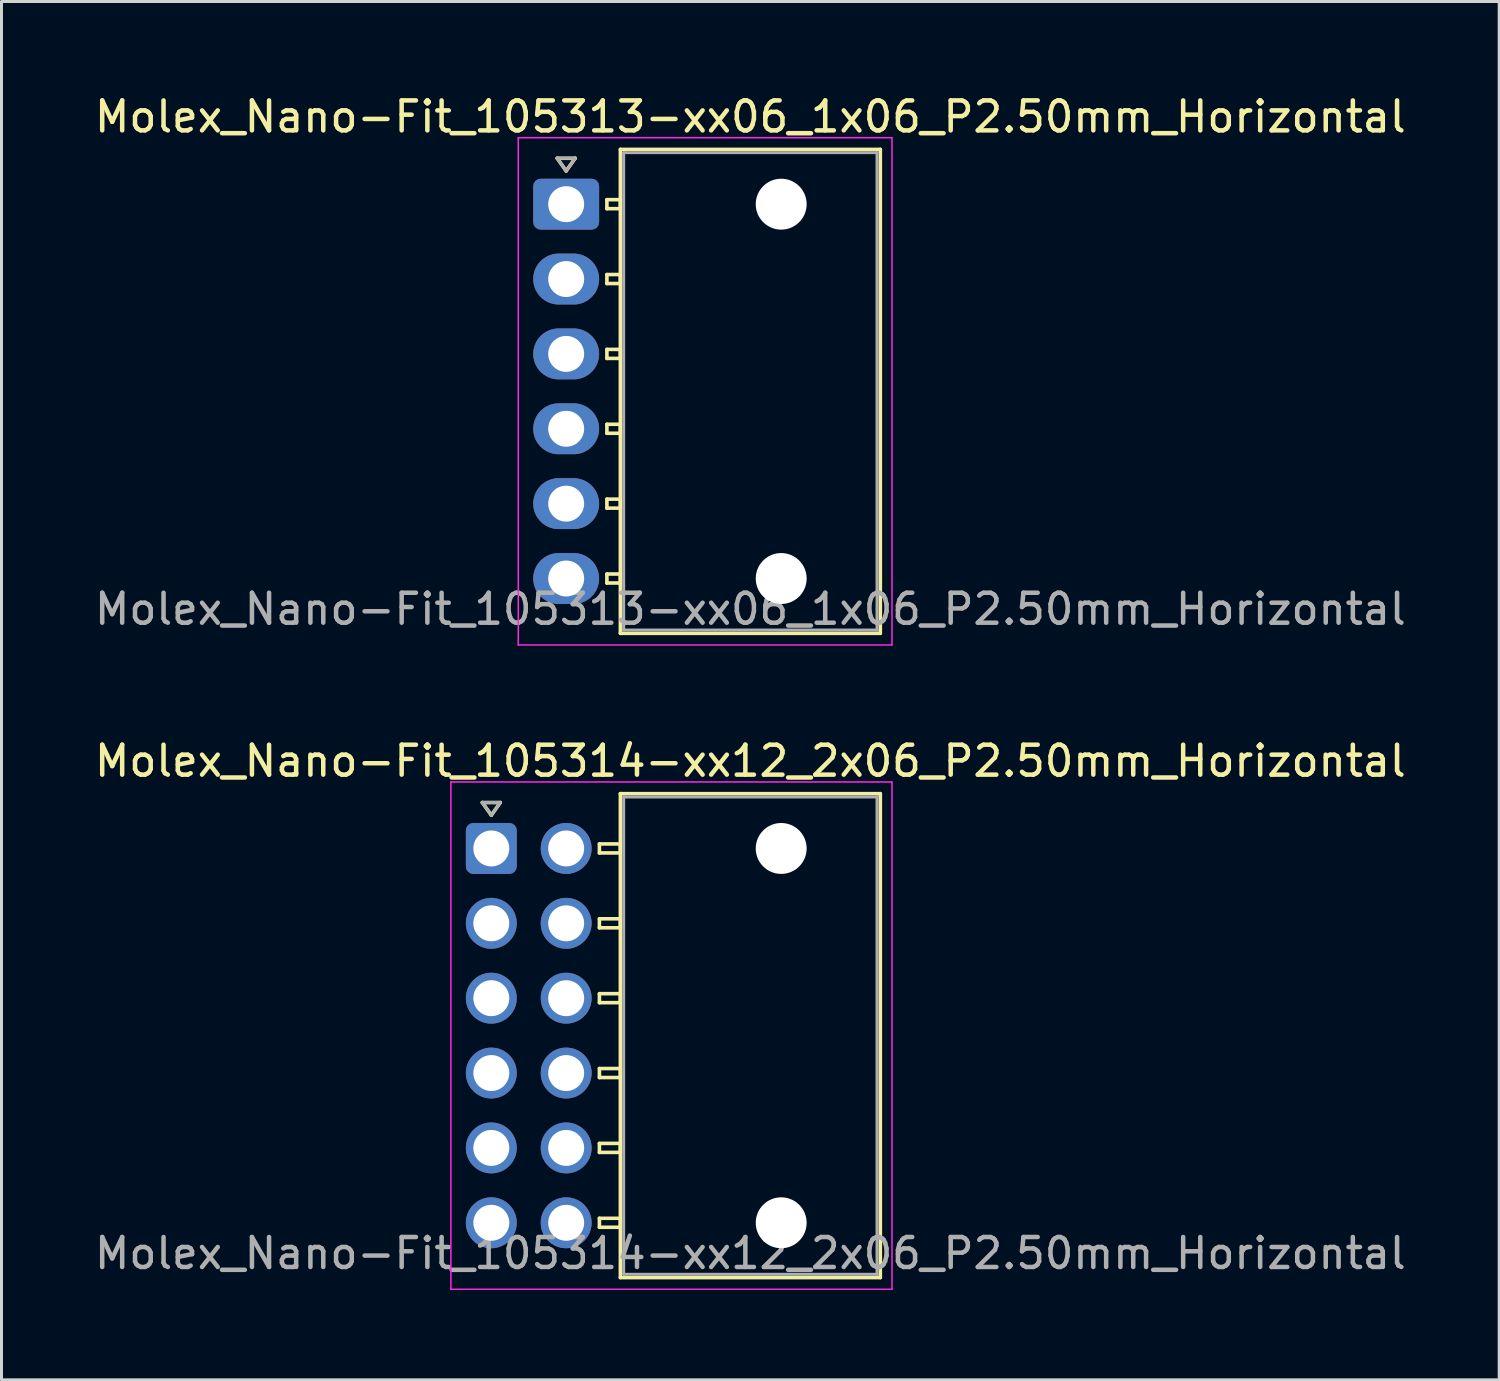
<source format=kicad_pcb>
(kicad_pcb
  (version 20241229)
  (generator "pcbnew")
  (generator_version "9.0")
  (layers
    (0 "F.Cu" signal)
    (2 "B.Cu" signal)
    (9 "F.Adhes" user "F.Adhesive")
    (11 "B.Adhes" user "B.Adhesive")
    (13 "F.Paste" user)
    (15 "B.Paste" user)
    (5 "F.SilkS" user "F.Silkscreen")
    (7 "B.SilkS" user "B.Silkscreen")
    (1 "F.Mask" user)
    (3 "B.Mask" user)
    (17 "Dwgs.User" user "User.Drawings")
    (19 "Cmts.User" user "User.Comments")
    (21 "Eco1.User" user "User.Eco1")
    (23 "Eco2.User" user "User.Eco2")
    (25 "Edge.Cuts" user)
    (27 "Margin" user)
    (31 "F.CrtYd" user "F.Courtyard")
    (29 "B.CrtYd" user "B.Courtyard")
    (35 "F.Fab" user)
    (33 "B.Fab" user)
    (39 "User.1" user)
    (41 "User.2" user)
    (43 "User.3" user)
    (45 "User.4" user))
  (footprint "Molex_Nano-Fit_105314-xx12_2x06_P2.50mm_Horizontal"
    (layer "F.Cu")
    (at 13.356 25.282)
    (property "Reference" "Molex_Nano-Fit_105314-xx12_2x06_P2.50mm_Horizontal" (at 8.65 -2.92 0) (layer "F.SilkS") (effects (font (size 1 1) (thickness 0.15))))
    (attr through_hole)
    (fp_line (start -0.3 -1.534) (end 0 -1.11) (stroke (width 0.12) (type solid)) (layer "F.SilkS"))
    (fp_line (start 0 -1.11) (end 0.3 -1.534) (stroke (width 0.12) (type solid)) (layer "F.SilkS"))
    (fp_line (start 0.3 -1.534) (end -0.3 -1.534) (stroke (width 0.12) (type solid)) (layer "F.SilkS"))
    (fp_line (start 3.61 -0.15) (end 3.61 0.15) (stroke (width 0.12) (type solid)) (layer "F.SilkS"))
    (fp_line (start 3.61 0.15) (end 4.31 0.15) (stroke (width 0.12) (type solid)) (layer "F.SilkS"))
    (fp_line (start 3.61 2.35) (end 3.61 2.65) (stroke (width 0.12) (type solid)) (layer "F.SilkS"))
    (fp_line (start 3.61 2.65) (end 4.31 2.65) (stroke (width 0.12) (type solid)) (layer "F.SilkS"))
    (fp_line (start 3.61 4.85) (end 3.61 5.15) (stroke (width 0.12) (type solid)) (layer "F.SilkS"))
    (fp_line (start 3.61 5.15) (end 4.31 5.15) (stroke (width 0.12) (type solid)) (layer "F.SilkS"))
    (fp_line (start 3.61 7.35) (end 3.61 7.65) (stroke (width 0.12) (type solid)) (layer "F.SilkS"))
    (fp_line (start 3.61 7.65) (end 4.31 7.65) (stroke (width 0.12) (type solid)) (layer "F.SilkS"))
    (fp_line (start 3.61 9.85) (end 3.61 10.15) (stroke (width 0.12) (type solid)) (layer "F.SilkS"))
    (fp_line (start 3.61 10.15) (end 4.31 10.15) (stroke (width 0.12) (type solid)) (layer "F.SilkS"))
    (fp_line (start 3.61 12.35) (end 3.61 12.65) (stroke (width 0.12) (type solid)) (layer "F.SilkS"))
    (fp_line (start 3.61 12.65) (end 4.31 12.65) (stroke (width 0.12) (type solid)) (layer "F.SilkS"))
    (fp_line (start 4.31 -1.83) (end 4.31 14.33) (stroke (width 0.12) (type solid)) (layer "F.SilkS"))
    (fp_line (start 4.31 -0.15) (end 3.61 -0.15) (stroke (width 0.12) (type solid)) (layer "F.SilkS"))
    (fp_line (start 4.31 0.15) (end 4.31 -0.15) (stroke (width 0.12) (type solid)) (layer "F.SilkS"))
    (fp_line (start 4.31 2.35) (end 3.61 2.35) (stroke (width 0.12) (type solid)) (layer "F.SilkS"))
    (fp_line (start 4.31 2.65) (end 4.31 2.35) (stroke (width 0.12) (type solid)) (layer "F.SilkS"))
    (fp_line (start 4.31 4.85) (end 3.61 4.85) (stroke (width 0.12) (type solid)) (layer "F.SilkS"))
    (fp_line (start 4.31 5.15) (end 4.31 4.85) (stroke (width 0.12) (type solid)) (layer "F.SilkS"))
    (fp_line (start 4.31 7.35) (end 3.61 7.35) (stroke (width 0.12) (type solid)) (layer "F.SilkS"))
    (fp_line (start 4.31 7.65) (end 4.31 7.35) (stroke (width 0.12) (type solid)) (layer "F.SilkS"))
    (fp_line (start 4.31 9.85) (end 3.61 9.85) (stroke (width 0.12) (type solid)) (layer "F.SilkS"))
    (fp_line (start 4.31 10.15) (end 4.31 9.85) (stroke (width 0.12) (type solid)) (layer "F.SilkS"))
    (fp_line (start 4.31 12.35) (end 3.61 12.35) (stroke (width 0.12) (type solid)) (layer "F.SilkS"))
    (fp_line (start 4.31 12.65) (end 4.31 12.35) (stroke (width 0.12) (type solid)) (layer "F.SilkS"))
    (fp_line (start 4.31 14.33) (end 12.99 14.33) (stroke (width 0.12) (type solid)) (layer "F.SilkS"))
    (fp_line (start 12.99 -1.83) (end 4.31 -1.83) (stroke (width 0.12) (type solid)) (layer "F.SilkS"))
    (fp_line (start 12.99 14.33) (end 12.99 -1.83) (stroke (width 0.12) (type solid)) (layer "F.SilkS"))
    (fp_line (start -1.35 -2.22) (end -1.35 14.72) (stroke (width 0.05) (type solid)) (layer "F.CrtYd"))
    (fp_line (start -1.35 14.72) (end 13.38 14.72) (stroke (width 0.05) (type solid)) (layer "F.CrtYd"))
    (fp_line (start 13.38 -2.22) (end -1.35 -2.22) (stroke (width 0.05) (type solid)) (layer "F.CrtYd"))
    (fp_line (start 13.38 14.72) (end 13.38 -2.22) (stroke (width 0.05) (type solid)) (layer "F.CrtYd"))
    (fp_line (start -0.3 -1.534) (end 0 -1.11) (stroke (width 0.1) (type solid)) (layer "F.Fab"))
    (fp_line (start 0 -1.11) (end 0.3 -1.534) (stroke (width 0.1) (type solid)) (layer "F.Fab"))
    (fp_line (start 0.3 -1.534) (end -0.3 -1.534) (stroke (width 0.1) (type solid)) (layer "F.Fab"))
    (fp_line (start 4.42 -1.72) (end 4.42 14.22) (stroke (width 0.1) (type solid)) (layer "F.Fab"))
    (fp_line (start 4.42 14.22) (end 12.88 14.22) (stroke (width 0.1) (type solid)) (layer "F.Fab"))
    (fp_line (start 12.88 -1.72) (end 4.42 -1.72) (stroke (width 0.1) (type solid)) (layer "F.Fab"))
    (fp_line (start 12.88 14.22) (end 12.88 -1.72) (stroke (width 0.1) (type solid)) (layer "F.Fab"))
    (fp_text user "${REFERENCE}" (at 8.65 13.52 0) (layer "F.Fab") (effects (font (size 1 1) (thickness 0.15))))
    (pad "" np_thru_hole circle (at 9.68 0) (size 1.7 1.7) (drill 1.7) (layers "*.Cu" "*.Mask"))
    (pad "" np_thru_hole circle (at 9.68 12.5) (size 1.7 1.7) (drill 1.7) (layers "*.Cu" "*.Mask"))
    (pad "1" thru_hole roundrect (at 0 0) (size 1.7 1.7) (drill 1.2) (layers "*.Cu" "*.Mask") (roundrect_rratio 0.147))
    (pad "2" thru_hole circle (at 0 2.5) (size 1.7 1.7) (drill 1.2) (layers "*.Cu" "*.Mask"))
    (pad "3" thru_hole circle (at 0 5) (size 1.7 1.7) (drill 1.2) (layers "*.Cu" "*.Mask"))
    (pad "4" thru_hole circle (at 0 7.5) (size 1.7 1.7) (drill 1.2) (layers "*.Cu" "*.Mask"))
    (pad "5" thru_hole circle (at 0 10) (size 1.7 1.7) (drill 1.2) (layers "*.Cu" "*.Mask"))
    (pad "6" thru_hole circle (at 0 12.5) (size 1.7 1.7) (drill 1.2) (layers "*.Cu" "*.Mask"))
    (pad "7" thru_hole circle (at 2.5 0) (size 1.7 1.7) (drill 1.2) (layers "*.Cu" "*.Mask"))
    (pad "8" thru_hole circle (at 2.5 2.5) (size 1.7 1.7) (drill 1.2) (layers "*.Cu" "*.Mask"))
    (pad "9" thru_hole circle (at 2.5 5) (size 1.7 1.7) (drill 1.2) (layers "*.Cu" "*.Mask"))
    (pad "10" thru_hole circle (at 2.5 7.5) (size 1.7 1.7) (drill 1.2) (layers "*.Cu" "*.Mask"))
    (pad "11" thru_hole circle (at 2.5 10) (size 1.7 1.7) (drill 1.2) (layers "*.Cu" "*.Mask"))
    (pad "12" thru_hole circle (at 2.5 12.5) (size 1.7 1.7) (drill 1.2) (layers "*.Cu" "*.Mask")))
  (footprint "Molex_Nano-Fit_105313-xx06_1x06_P2.50mm_Horizontal"
    (layer "F.Cu")
    (at 15.856 3.768)
    (property "Reference" "Molex_Nano-Fit_105313-xx06_1x06_P2.50mm_Horizontal" (at 6.15 -2.92 0) (layer "F.SilkS") (effects (font (size 1 1) (thickness 0.15))))
    (attr through_hole)
    (fp_line (start -0.3 -1.534) (end 0 -1.11) (stroke (width 0.12) (type solid)) (layer "F.SilkS"))
    (fp_line (start 0 -1.11) (end 0.3 -1.534) (stroke (width 0.12) (type solid)) (layer "F.SilkS"))
    (fp_line (start 0.3 -1.534) (end -0.3 -1.534) (stroke (width 0.12) (type solid)) (layer "F.SilkS"))
    (fp_line (start 1.36 -0.15) (end 1.36 0.15) (stroke (width 0.12) (type solid)) (layer "F.SilkS"))
    (fp_line (start 1.36 0.15) (end 1.81 0.15) (stroke (width 0.12) (type solid)) (layer "F.SilkS"))
    (fp_line (start 1.36 2.35) (end 1.36 2.65) (stroke (width 0.12) (type solid)) (layer "F.SilkS"))
    (fp_line (start 1.36 2.65) (end 1.81 2.65) (stroke (width 0.12) (type solid)) (layer "F.SilkS"))
    (fp_line (start 1.36 4.85) (end 1.36 5.15) (stroke (width 0.12) (type solid)) (layer "F.SilkS"))
    (fp_line (start 1.36 5.15) (end 1.81 5.15) (stroke (width 0.12) (type solid)) (layer "F.SilkS"))
    (fp_line (start 1.36 7.35) (end 1.36 7.65) (stroke (width 0.12) (type solid)) (layer "F.SilkS"))
    (fp_line (start 1.36 7.65) (end 1.81 7.65) (stroke (width 0.12) (type solid)) (layer "F.SilkS"))
    (fp_line (start 1.36 9.85) (end 1.36 10.15) (stroke (width 0.12) (type solid)) (layer "F.SilkS"))
    (fp_line (start 1.36 10.15) (end 1.81 10.15) (stroke (width 0.12) (type solid)) (layer "F.SilkS"))
    (fp_line (start 1.36 12.35) (end 1.36 12.65) (stroke (width 0.12) (type solid)) (layer "F.SilkS"))
    (fp_line (start 1.36 12.65) (end 1.81 12.65) (stroke (width 0.12) (type solid)) (layer "F.SilkS"))
    (fp_line (start 1.81 -1.83) (end 1.81 14.33) (stroke (width 0.12) (type solid)) (layer "F.SilkS"))
    (fp_line (start 1.81 -0.15) (end 1.36 -0.15) (stroke (width 0.12) (type solid)) (layer "F.SilkS"))
    (fp_line (start 1.81 0.15) (end 1.81 -0.15) (stroke (width 0.12) (type solid)) (layer "F.SilkS"))
    (fp_line (start 1.81 2.35) (end 1.36 2.35) (stroke (width 0.12) (type solid)) (layer "F.SilkS"))
    (fp_line (start 1.81 2.65) (end 1.81 2.35) (stroke (width 0.12) (type solid)) (layer "F.SilkS"))
    (fp_line (start 1.81 4.85) (end 1.36 4.85) (stroke (width 0.12) (type solid)) (layer "F.SilkS"))
    (fp_line (start 1.81 5.15) (end 1.81 4.85) (stroke (width 0.12) (type solid)) (layer "F.SilkS"))
    (fp_line (start 1.81 7.35) (end 1.36 7.35) (stroke (width 0.12) (type solid)) (layer "F.SilkS"))
    (fp_line (start 1.81 7.65) (end 1.81 7.35) (stroke (width 0.12) (type solid)) (layer "F.SilkS"))
    (fp_line (start 1.81 9.85) (end 1.36 9.85) (stroke (width 0.12) (type solid)) (layer "F.SilkS"))
    (fp_line (start 1.81 10.15) (end 1.81 9.85) (stroke (width 0.12) (type solid)) (layer "F.SilkS"))
    (fp_line (start 1.81 12.35) (end 1.36 12.35) (stroke (width 0.12) (type solid)) (layer "F.SilkS"))
    (fp_line (start 1.81 12.65) (end 1.81 12.35) (stroke (width 0.12) (type solid)) (layer "F.SilkS"))
    (fp_line (start 1.81 14.33) (end 10.49 14.33) (stroke (width 0.12) (type solid)) (layer "F.SilkS"))
    (fp_line (start 10.49 -1.83) (end 1.81 -1.83) (stroke (width 0.12) (type solid)) (layer "F.SilkS"))
    (fp_line (start 10.49 14.33) (end 10.49 -1.83) (stroke (width 0.12) (type solid)) (layer "F.SilkS"))
    (fp_line (start -1.6 -2.22) (end -1.6 14.72) (stroke (width 0.05) (type solid)) (layer "F.CrtYd"))
    (fp_line (start -1.6 14.72) (end 10.88 14.72) (stroke (width 0.05) (type solid)) (layer "F.CrtYd"))
    (fp_line (start 10.88 -2.22) (end -1.6 -2.22) (stroke (width 0.05) (type solid)) (layer "F.CrtYd"))
    (fp_line (start 10.88 14.72) (end 10.88 -2.22) (stroke (width 0.05) (type solid)) (layer "F.CrtYd"))
    (fp_line (start -0.3 -1.534) (end 0 -1.11) (stroke (width 0.1) (type solid)) (layer "F.Fab"))
    (fp_line (start 0 -1.11) (end 0.3 -1.534) (stroke (width 0.1) (type solid)) (layer "F.Fab"))
    (fp_line (start 0.3 -1.534) (end -0.3 -1.534) (stroke (width 0.1) (type solid)) (layer "F.Fab"))
    (fp_line (start 1.92 -1.72) (end 1.92 14.22) (stroke (width 0.1) (type solid)) (layer "F.Fab"))
    (fp_line (start 1.92 14.22) (end 10.38 14.22) (stroke (width 0.1) (type solid)) (layer "F.Fab"))
    (fp_line (start 10.38 -1.72) (end 1.92 -1.72) (stroke (width 0.1) (type solid)) (layer "F.Fab"))
    (fp_line (start 10.38 14.22) (end 10.38 -1.72) (stroke (width 0.1) (type solid)) (layer "F.Fab"))
    (fp_text user "${REFERENCE}" (at 6.15 13.52 0) (layer "F.Fab") (effects (font (size 1 1) (thickness 0.15))))
    (pad "" np_thru_hole circle (at 7.18 0) (size 1.7 1.7) (drill 1.7) (layers "*.Cu" "*.Mask"))
    (pad "" np_thru_hole circle (at 7.18 12.5) (size 1.7 1.7) (drill 1.7) (layers "*.Cu" "*.Mask"))
    (pad "1" thru_hole roundrect (at 0 0) (size 2.2 1.7) (drill 1.2) (layers "*.Cu" "*.Mask") (roundrect_rratio 0.147))
    (pad "2" thru_hole oval (at 0 2.5) (size 2.2 1.7) (drill 1.2) (layers "*.Cu" "*.Mask"))
    (pad "3" thru_hole oval (at 0 5) (size 2.2 1.7) (drill 1.2) (layers "*.Cu" "*.Mask"))
    (pad "4" thru_hole oval (at 0 7.5) (size 2.2 1.7) (drill 1.2) (layers "*.Cu" "*.Mask"))
    (pad "5" thru_hole oval (at 0 10) (size 2.2 1.7) (drill 1.2) (layers "*.Cu" "*.Mask"))
    (pad "6" thru_hole oval (at 0 12.5) (size 2.2 1.7) (drill 1.2) (layers "*.Cu" "*.Mask")))
  (gr_rect
    (start -3 -3)
    (end 47.012 43.026)
    (stroke (width 0.1) (type default))
    (fill no)
    (layer "Edge.Cuts")))
</source>
